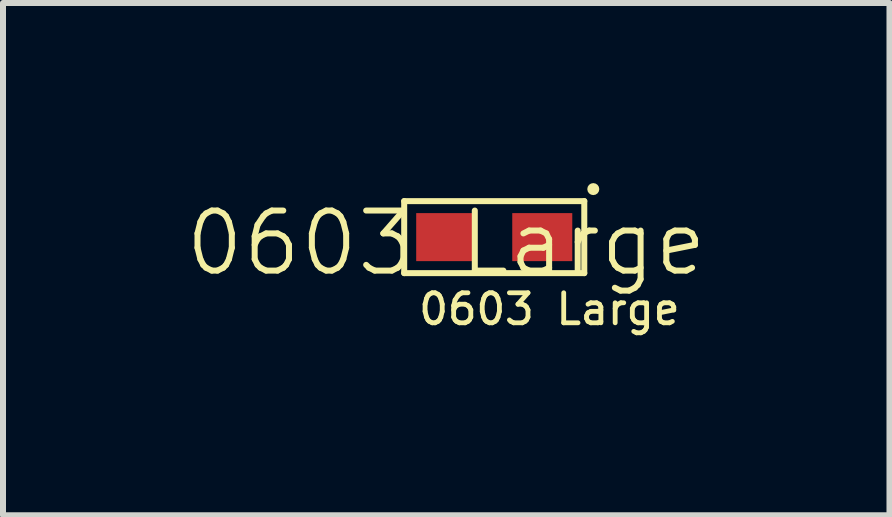
<source format=kicad_pcb>
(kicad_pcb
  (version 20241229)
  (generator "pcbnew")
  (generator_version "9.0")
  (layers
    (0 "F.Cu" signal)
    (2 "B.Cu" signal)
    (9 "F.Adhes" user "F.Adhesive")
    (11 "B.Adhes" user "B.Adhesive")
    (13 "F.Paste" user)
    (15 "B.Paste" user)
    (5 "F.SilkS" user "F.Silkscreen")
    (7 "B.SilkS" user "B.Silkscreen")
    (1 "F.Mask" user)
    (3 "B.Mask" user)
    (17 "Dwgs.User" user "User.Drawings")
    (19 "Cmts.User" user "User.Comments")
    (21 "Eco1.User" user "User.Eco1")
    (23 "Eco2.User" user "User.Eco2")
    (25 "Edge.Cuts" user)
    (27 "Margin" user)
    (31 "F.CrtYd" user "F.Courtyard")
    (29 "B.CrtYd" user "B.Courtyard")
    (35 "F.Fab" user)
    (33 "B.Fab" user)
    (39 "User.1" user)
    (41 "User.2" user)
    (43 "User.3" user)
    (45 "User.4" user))
  (footprint "0603 Large"
    (layer "F.Cu")
    (at 4.383 1.3)
    (property "Reference" "0603 Large" (at 0 -0.3 0) (unlocked yes) (layer "F.SilkS") (effects (font (size 1 1) (thickness 0.1))))
    (attr smd)
    (fp_line (start -0.7 -1) (end -0.7 0.2) (stroke (width 0.1) (type default)) (layer "F.SilkS"))
    (fp_line (start -0.7 0.2) (end 2.3 0.2) (stroke (width 0.1) (type default)) (layer "F.SilkS"))
    (fp_line (start 2.3 -1) (end -0.7 -1) (stroke (width 0.1) (type default)) (layer "F.SilkS"))
    (fp_line (start 2.3 0.2) (end 2.3 -1) (stroke (width 0.1) (type default)) (layer "F.SilkS"))
    (fp_circle (center 2.45 -1.2) (end 2.5 -1.2) (stroke (width 0.1) (type default)) (fill no) (layer "F.SilkS"))
    (fp_text user "${REFERENCE}" (at -0.5 0.8 0) (unlocked yes) (layer "F.SilkS") (effects (font (size 0.5 0.5) (thickness 0.08)) (justify left)))
    (pad "1" smd rect (at 0 -0.4) (size 1 0.8) (layers "F.Cu" "F.Mask" "F.Paste"))
    (pad "2" smd rect (at 1.6 -0.4) (size 1 0.8) (layers "F.Cu" "F.Mask" "F.Paste")))
  (gr_rect
    (start -3 -3)
    (end 11.767 5.533)
    (stroke (width 0.1) (type default))
    (fill no)
    (layer "Edge.Cuts")))
</source>
